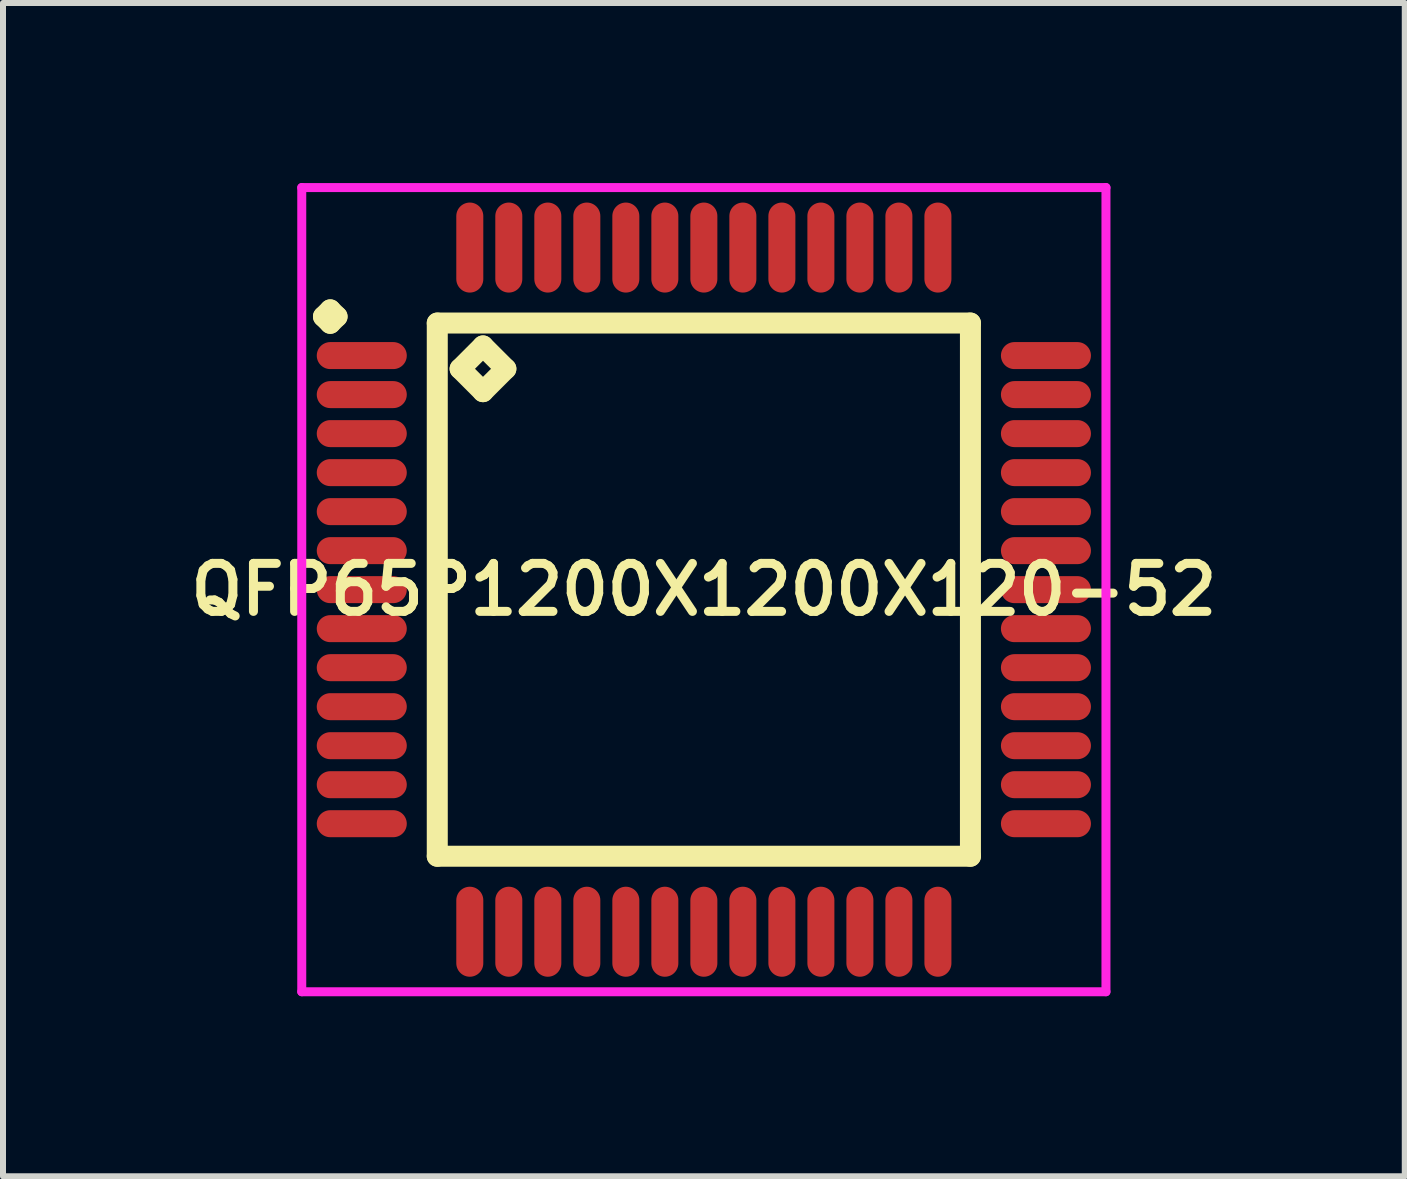
<source format=kicad_pcb>
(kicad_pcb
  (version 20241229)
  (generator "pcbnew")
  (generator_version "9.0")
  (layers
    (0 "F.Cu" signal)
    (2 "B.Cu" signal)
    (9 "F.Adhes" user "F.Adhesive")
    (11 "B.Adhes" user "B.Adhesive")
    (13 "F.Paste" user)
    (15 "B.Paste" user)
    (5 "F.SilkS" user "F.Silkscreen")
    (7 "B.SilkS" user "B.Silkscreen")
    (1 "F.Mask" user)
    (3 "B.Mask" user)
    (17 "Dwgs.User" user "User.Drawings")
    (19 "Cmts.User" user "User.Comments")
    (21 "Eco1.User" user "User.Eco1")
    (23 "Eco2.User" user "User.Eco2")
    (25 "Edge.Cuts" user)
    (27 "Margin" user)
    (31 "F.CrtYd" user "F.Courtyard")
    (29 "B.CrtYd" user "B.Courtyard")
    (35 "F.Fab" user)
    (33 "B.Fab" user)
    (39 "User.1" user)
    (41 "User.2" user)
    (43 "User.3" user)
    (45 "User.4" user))
  (footprint "QFP65P1200X1200X120-52"
    (layer "F.Cu")
    (at 8.678 6.775)
    (property "Reference" "QFP65P1200X1200X120-52" (at 0 0 0) (layer "F.SilkS") (effects (font (size 0.8 0.8) (thickness 0.15))))
    (attr smd)
    (fp_line (start -6.338 -4.55) (end -6.225 -4.662) (stroke (width 0.35) (type solid)) (layer "F.SilkS"))
    (fp_line (start -6.225 -4.662) (end -6.112 -4.55) (stroke (width 0.35) (type solid)) (layer "F.SilkS"))
    (fp_line (start -6.225 -4.438) (end -6.338 -4.55) (stroke (width 0.35) (type solid)) (layer "F.SilkS"))
    (fp_line (start -6.112 -4.55) (end -6.225 -4.438) (stroke (width 0.35) (type solid)) (layer "F.SilkS"))
    (fp_line (start -4.442 -4.442) (end -4.442 4.442) (stroke (width 0.35) (type solid)) (layer "F.SilkS"))
    (fp_line (start -4.442 4.442) (end 4.442 4.442) (stroke (width 0.35) (type solid)) (layer "F.SilkS"))
    (fp_line (start -4.061 -3.68) (end -3.68 -4.061) (stroke (width 0.35) (type solid)) (layer "F.SilkS"))
    (fp_line (start -3.68 -4.061) (end -3.299 -3.68) (stroke (width 0.35) (type solid)) (layer "F.SilkS"))
    (fp_line (start -3.68 -3.299) (end -4.061 -3.68) (stroke (width 0.35) (type solid)) (layer "F.SilkS"))
    (fp_line (start -3.299 -3.68) (end -3.68 -3.299) (stroke (width 0.35) (type solid)) (layer "F.SilkS"))
    (fp_line (start 4.442 -4.442) (end -4.442 -4.442) (stroke (width 0.35) (type solid)) (layer "F.SilkS"))
    (fp_line (start 4.442 4.442) (end 4.442 -4.442) (stroke (width 0.35) (type solid)) (layer "F.SilkS"))
    (fp_line (start -6.7 -6.7) (end 6.7 -6.7) (stroke (width 0.15) (type solid)) (layer "F.CrtYd"))
    (fp_line (start -6.7 6.7) (end -6.7 -6.7) (stroke (width 0.15) (type solid)) (layer "F.CrtYd"))
    (fp_line (start 6.7 -6.7) (end 6.7 6.7) (stroke (width 0.15) (type solid)) (layer "F.CrtYd"))
    (fp_line (start 6.7 6.7) (end -6.7 6.7) (stroke (width 0.15) (type solid)) (layer "F.CrtYd"))
    (pad "1" smd oval (at -5.7 -3.9) (size 1.5 0.45) (layers "F.Cu" "F.Mask" "F.Paste"))
    (pad "2" smd oval (at -5.7 -3.25) (size 1.5 0.45) (layers "F.Cu" "F.Mask" "F.Paste"))
    (pad "3" smd oval (at -5.7 -2.6) (size 1.5 0.45) (layers "F.Cu" "F.Mask" "F.Paste"))
    (pad "4" smd oval (at -5.7 -1.95) (size 1.5 0.45) (layers "F.Cu" "F.Mask" "F.Paste"))
    (pad "5" smd oval (at -5.7 -1.3) (size 1.5 0.45) (layers "F.Cu" "F.Mask" "F.Paste"))
    (pad "6" smd oval (at -5.7 -0.65) (size 1.5 0.45) (layers "F.Cu" "F.Mask" "F.Paste"))
    (pad "7" smd oval (at -5.7 0) (size 1.5 0.45) (layers "F.Cu" "F.Mask" "F.Paste"))
    (pad "8" smd oval (at -5.7 0.65) (size 1.5 0.45) (layers "F.Cu" "F.Mask" "F.Paste"))
    (pad "9" smd oval (at -5.7 1.3) (size 1.5 0.45) (layers "F.Cu" "F.Mask" "F.Paste"))
    (pad "10" smd oval (at -5.7 1.95) (size 1.5 0.45) (layers "F.Cu" "F.Mask" "F.Paste"))
    (pad "11" smd oval (at -5.7 2.6) (size 1.5 0.45) (layers "F.Cu" "F.Mask" "F.Paste"))
    (pad "12" smd oval (at -5.7 3.25) (size 1.5 0.45) (layers "F.Cu" "F.Mask" "F.Paste"))
    (pad "13" smd oval (at -5.7 3.9) (size 1.5 0.45) (layers "F.Cu" "F.Mask" "F.Paste"))
    (pad "14" smd oval (at -3.9 5.7) (size 0.45 1.5) (layers "F.Cu" "F.Mask" "F.Paste"))
    (pad "15" smd oval (at -3.25 5.7) (size 0.45 1.5) (layers "F.Cu" "F.Mask" "F.Paste"))
    (pad "16" smd oval (at -2.6 5.7) (size 0.45 1.5) (layers "F.Cu" "F.Mask" "F.Paste"))
    (pad "17" smd oval (at -1.95 5.7) (size 0.45 1.5) (layers "F.Cu" "F.Mask" "F.Paste"))
    (pad "18" smd oval (at -1.3 5.7) (size 0.45 1.5) (layers "F.Cu" "F.Mask" "F.Paste"))
    (pad "19" smd oval (at -0.65 5.7) (size 0.45 1.5) (layers "F.Cu" "F.Mask" "F.Paste"))
    (pad "20" smd oval (at 0 5.7) (size 0.45 1.5) (layers "F.Cu" "F.Mask" "F.Paste"))
    (pad "21" smd oval (at 0.65 5.7) (size 0.45 1.5) (layers "F.Cu" "F.Mask" "F.Paste"))
    (pad "22" smd oval (at 1.3 5.7) (size 0.45 1.5) (layers "F.Cu" "F.Mask" "F.Paste"))
    (pad "23" smd oval (at 1.95 5.7) (size 0.45 1.5) (layers "F.Cu" "F.Mask" "F.Paste"))
    (pad "24" smd oval (at 2.6 5.7) (size 0.45 1.5) (layers "F.Cu" "F.Mask" "F.Paste"))
    (pad "25" smd oval (at 3.25 5.7) (size 0.45 1.5) (layers "F.Cu" "F.Mask" "F.Paste"))
    (pad "26" smd oval (at 3.9 5.7) (size 0.45 1.5) (layers "F.Cu" "F.Mask" "F.Paste"))
    (pad "27" smd oval (at 5.7 3.9) (size 1.5 0.45) (layers "F.Cu" "F.Mask" "F.Paste"))
    (pad "28" smd oval (at 5.7 3.25) (size 1.5 0.45) (layers "F.Cu" "F.Mask" "F.Paste"))
    (pad "29" smd oval (at 5.7 2.6) (size 1.5 0.45) (layers "F.Cu" "F.Mask" "F.Paste"))
    (pad "30" smd oval (at 5.7 1.95) (size 1.5 0.45) (layers "F.Cu" "F.Mask" "F.Paste"))
    (pad "31" smd oval (at 5.7 1.3) (size 1.5 0.45) (layers "F.Cu" "F.Mask" "F.Paste"))
    (pad "32" smd oval (at 5.7 0.65) (size 1.5 0.45) (layers "F.Cu" "F.Mask" "F.Paste"))
    (pad "33" smd oval (at 5.7 0) (size 1.5 0.45) (layers "F.Cu" "F.Mask" "F.Paste"))
    (pad "34" smd oval (at 5.7 -0.65) (size 1.5 0.45) (layers "F.Cu" "F.Mask" "F.Paste"))
    (pad "35" smd oval (at 5.7 -1.3) (size 1.5 0.45) (layers "F.Cu" "F.Mask" "F.Paste"))
    (pad "36" smd oval (at 5.7 -1.95) (size 1.5 0.45) (layers "F.Cu" "F.Mask" "F.Paste"))
    (pad "37" smd oval (at 5.7 -2.6) (size 1.5 0.45) (layers "F.Cu" "F.Mask" "F.Paste"))
    (pad "38" smd oval (at 5.7 -3.25) (size 1.5 0.45) (layers "F.Cu" "F.Mask" "F.Paste"))
    (pad "39" smd oval (at 5.7 -3.9) (size 1.5 0.45) (layers "F.Cu" "F.Mask" "F.Paste"))
    (pad "40" smd oval (at 3.9 -5.7) (size 0.45 1.5) (layers "F.Cu" "F.Mask" "F.Paste"))
    (pad "41" smd oval (at 3.25 -5.7) (size 0.45 1.5) (layers "F.Cu" "F.Mask" "F.Paste"))
    (pad "42" smd oval (at 2.6 -5.7) (size 0.45 1.5) (layers "F.Cu" "F.Mask" "F.Paste"))
    (pad "43" smd oval (at 1.95 -5.7) (size 0.45 1.5) (layers "F.Cu" "F.Mask" "F.Paste"))
    (pad "44" smd oval (at 1.3 -5.7) (size 0.45 1.5) (layers "F.Cu" "F.Mask" "F.Paste"))
    (pad "45" smd oval (at 0.65 -5.7) (size 0.45 1.5) (layers "F.Cu" "F.Mask" "F.Paste"))
    (pad "46" smd oval (at 0 -5.7) (size 0.45 1.5) (layers "F.Cu" "F.Mask" "F.Paste"))
    (pad "47" smd oval (at -0.65 -5.7) (size 0.45 1.5) (layers "F.Cu" "F.Mask" "F.Paste"))
    (pad "48" smd oval (at -1.3 -5.7) (size 0.45 1.5) (layers "F.Cu" "F.Mask" "F.Paste"))
    (pad "49" smd oval (at -1.95 -5.7) (size 0.45 1.5) (layers "F.Cu" "F.Mask" "F.Paste"))
    (pad "50" smd oval (at -2.6 -5.7) (size 0.45 1.5) (layers "F.Cu" "F.Mask" "F.Paste"))
    (pad "51" smd oval (at -3.25 -5.7) (size 0.45 1.5) (layers "F.Cu" "F.Mask" "F.Paste"))
    (pad "52" smd oval (at -3.9 -5.7) (size 0.45 1.5) (layers "F.Cu" "F.Mask" "F.Paste")))
  (gr_rect
    (start -3 -3)
    (end 20.357 16.55)
    (stroke (width 0.1) (type default))
    (fill no)
    (layer "Edge.Cuts")))
</source>
